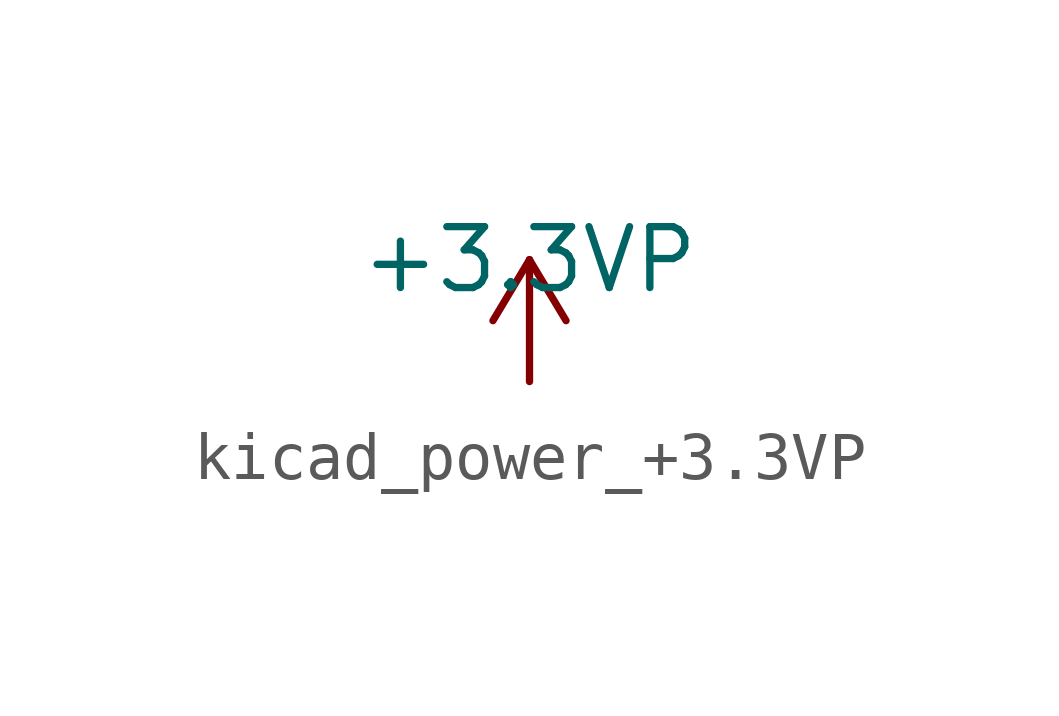
<source format=kicad_sym>
(kicad_symbol_lib
  (version 20220914)
  (generator kicad_symbol_editor)
  (symbol "kicad_power_+3.3VP"
    (power)
    (pin_names
      (offset 0))
    (property "Reference" "#PWR"
      (at 3.81 -1.27 0)
      (effects (font (size 1.27 1.27)) hide))
    (property "Value" "+3.3VP"
      (at 0 2.54 0)
      (effects (font (size 1.27 1.27))))
    (symbol "kicad_power_+3.3VP_0_0"
      (pin power_in line (at 0 0 90) (length 0) hide (name "+3.3VP" (effects (font (size 1.27 1.27)))) (number "1" (effects (font (size 1.27 1.27))))))
    (symbol "kicad_power_+3.3VP_0_1"
      (polyline (pts (xy -0.762 1.27) (xy 0 2.54)) (stroke (width 0) (type default)) (fill (type none)))
      (polyline (pts (xy 0 0) (xy 0 2.54)) (stroke (width 0) (type default)) (fill (type none)))
      (polyline (pts (xy 0 2.54) (xy 0.762 1.27)) (stroke (width 0) (type default)) (fill (type none))))))
</source>
